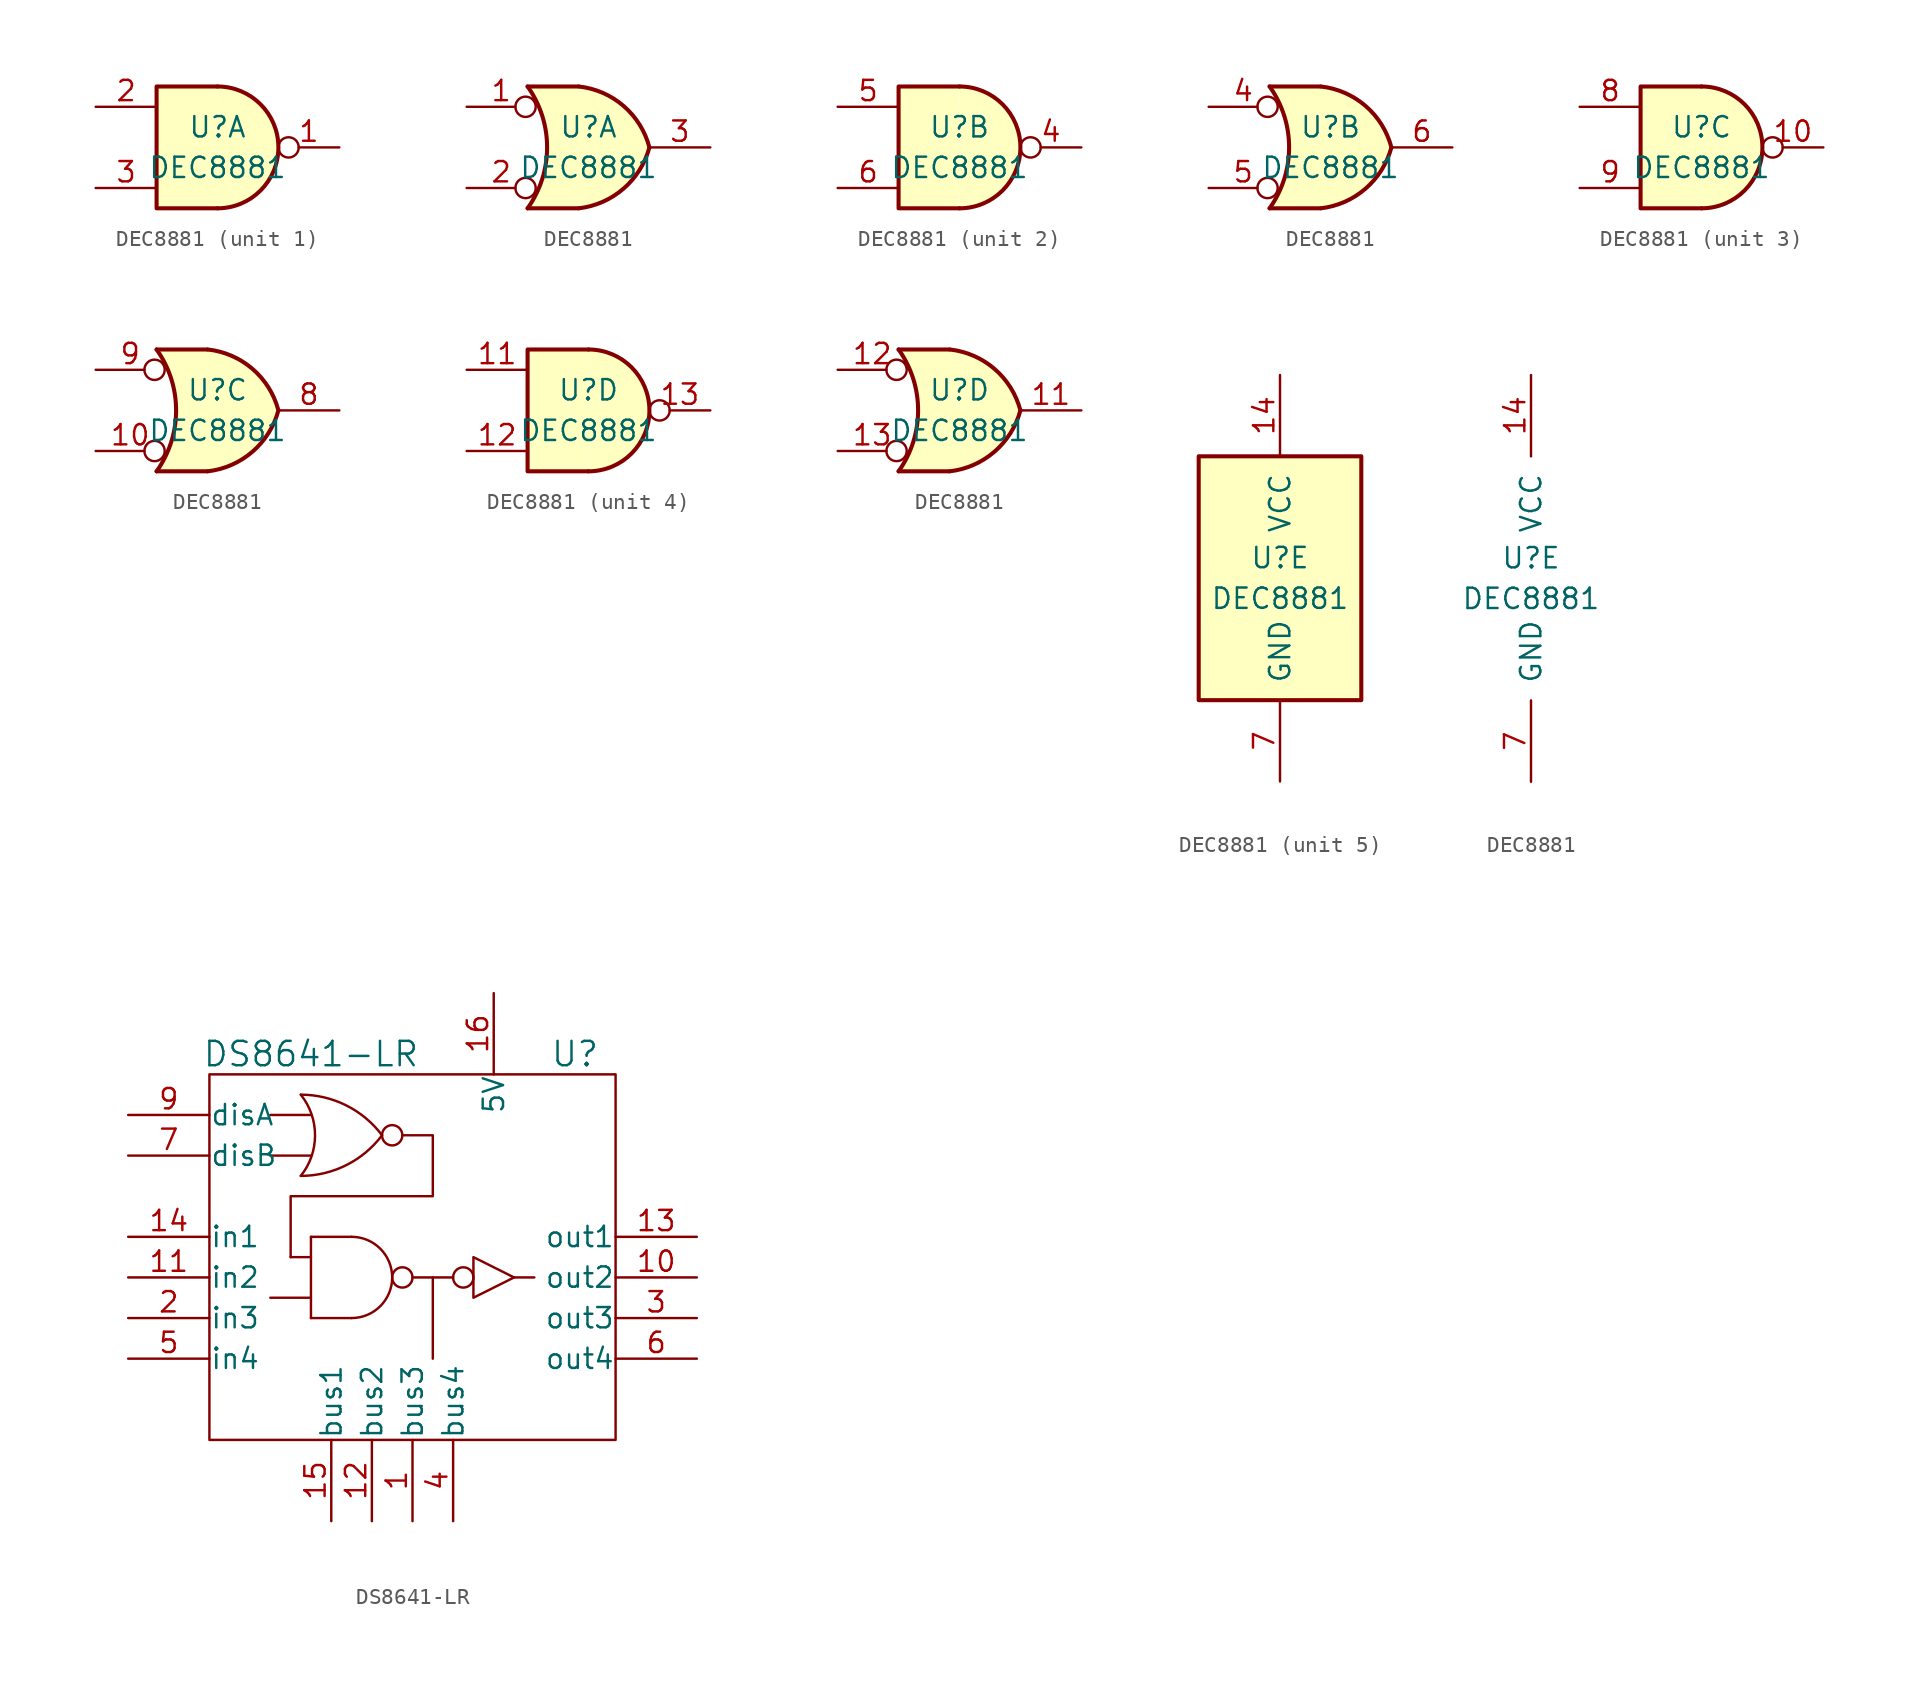
<source format=kicad_sym>
(kicad_symbol_lib
  (version 20220914)
  (generator kicad_symbol_editor)
  (symbol "DEC8881"
    (pin_names
      (offset 1.016))
    (property "Reference" "U"
      (at 0 1.27 0)
      (effects (font (size 1.27 1.27))))
    (property "Value" "DEC8881"
      (at 0 -1.27 0)
      (effects (font (size 1.27 1.27))))
    (property "ki_locked" ""
      (at 0 0 0)
      (effects (font (size 1.27 1.27))))
    (symbol "DEC8881_1_1"
      (arc (start 0 -3.81) (mid 3.7934 0) (end 0 3.81) (stroke (width 0.254) (type default)) (fill (type background)))
      (polyline (pts (xy 0 3.81) (xy -3.81 3.81) (xy -3.81 -3.81) (xy 0 -3.81)) (stroke (width 0.254) (type default)) (fill (type background)))
      (pin open_collector inverted (at 7.62 0 180) (length 3.81) (name "~" (effects (font (size 1.27 1.27)))) (number "1" (effects (font (size 1.27 1.27)))))
      (pin input line (at -7.62 2.54 0) (length 3.81) (name "~" (effects (font (size 1.27 1.27)))) (number "2" (effects (font (size 1.27 1.27)))))
      (pin input line (at -7.62 -2.54 0) (length 3.81) (name "~" (effects (font (size 1.27 1.27)))) (number "3" (effects (font (size 1.27 1.27))))))
    (symbol "DEC8881_1_2"
      (arc (start -3.81 -3.81) (mid -2.589 0) (end -3.81 3.81) (stroke (width 0.254) (type default)) (fill (type none)))
      (arc (start -0.6096 -3.81) (mid 2.1842 -2.5851) (end 3.81 0) (stroke (width 0.254) (type default)) (fill (type background)))
      (polyline (pts (xy -3.81 -3.81) (xy -0.635 -3.81)) (stroke (width 0.254) (type default)) (fill (type background)))
      (polyline (pts (xy -3.81 3.81) (xy -0.635 3.81)) (stroke (width 0.254) (type default)) (fill (type background)))
      (polyline (pts (xy -0.635 3.81) (xy -3.81 3.81) (xy -3.81 3.81) (xy -3.556 3.404) (xy -3.023 2.261) (xy -2.692 1.041) (xy -2.616 -0.254) (xy -2.769 -1.499) (xy -3.175 -2.718) (xy -3.81 -3.81) (xy -3.81 -3.81) (xy -0.635 -3.81)) (stroke (width -25.4) (type default)) (fill (type background)))
      (arc (start 3.81 0) (mid 2.1915 2.5936) (end -0.6096 3.81) (stroke (width 0.254) (type default)) (fill (type background)))
      (pin input inverted (at -7.62 2.54 0) (length 4.318) (name "~" (effects (font (size 1.27 1.27)))) (number "1" (effects (font (size 1.27 1.27)))))
      (pin input inverted (at -7.62 -2.54 0) (length 4.318) (name "~" (effects (font (size 1.27 1.27)))) (number "2" (effects (font (size 1.27 1.27)))))
      (pin output line (at 7.62 0 180) (length 3.81) (name "~" (effects (font (size 1.27 1.27)))) (number "3" (effects (font (size 1.27 1.27))))))
    (symbol "DEC8881_2_1"
      (arc (start 0 -3.81) (mid 3.7934 0) (end 0 3.81) (stroke (width 0.254) (type default)) (fill (type background)))
      (polyline (pts (xy 0 3.81) (xy -3.81 3.81) (xy -3.81 -3.81) (xy 0 -3.81)) (stroke (width 0.254) (type default)) (fill (type background)))
      (pin open_collector inverted (at 7.62 0 180) (length 3.81) (name "~" (effects (font (size 1.27 1.27)))) (number "4" (effects (font (size 1.27 1.27)))))
      (pin input line (at -7.62 2.54 0) (length 3.81) (name "~" (effects (font (size 1.27 1.27)))) (number "5" (effects (font (size 1.27 1.27)))))
      (pin input line (at -7.62 -2.54 0) (length 3.81) (name "~" (effects (font (size 1.27 1.27)))) (number "6" (effects (font (size 1.27 1.27))))))
    (symbol "DEC8881_2_2"
      (arc (start -3.81 -3.81) (mid -2.589 0) (end -3.81 3.81) (stroke (width 0.254) (type default)) (fill (type none)))
      (arc (start -0.6096 -3.81) (mid 2.1842 -2.5851) (end 3.81 0) (stroke (width 0.254) (type default)) (fill (type background)))
      (polyline (pts (xy -3.81 -3.81) (xy -0.635 -3.81)) (stroke (width 0.254) (type default)) (fill (type background)))
      (polyline (pts (xy -3.81 3.81) (xy -0.635 3.81)) (stroke (width 0.254) (type default)) (fill (type background)))
      (polyline (pts (xy -0.635 3.81) (xy -3.81 3.81) (xy -3.81 3.81) (xy -3.556 3.404) (xy -3.023 2.261) (xy -2.692 1.041) (xy -2.616 -0.254) (xy -2.769 -1.499) (xy -3.175 -2.718) (xy -3.81 -3.81) (xy -3.81 -3.81) (xy -0.635 -3.81)) (stroke (width -25.4) (type default)) (fill (type background)))
      (arc (start 3.81 0) (mid 2.1915 2.5936) (end -0.6096 3.81) (stroke (width 0.254) (type default)) (fill (type background)))
      (pin input inverted (at -7.62 2.54 0) (length 4.318) (name "~" (effects (font (size 1.27 1.27)))) (number "4" (effects (font (size 1.27 1.27)))))
      (pin input inverted (at -7.62 -2.54 0) (length 4.318) (name "~" (effects (font (size 1.27 1.27)))) (number "5" (effects (font (size 1.27 1.27)))))
      (pin output line (at 7.62 0 180) (length 3.81) (name "~" (effects (font (size 1.27 1.27)))) (number "6" (effects (font (size 1.27 1.27))))))
    (symbol "DEC8881_3_1"
      (arc (start 0 -3.81) (mid 3.7934 0) (end 0 3.81) (stroke (width 0.254) (type default)) (fill (type background)))
      (polyline (pts (xy 0 3.81) (xy -3.81 3.81) (xy -3.81 -3.81) (xy 0 -3.81)) (stroke (width 0.254) (type default)) (fill (type background)))
      (pin open_collector inverted (at 7.62 0 180) (length 3.81) (name "~" (effects (font (size 1.27 1.27)))) (number "10" (effects (font (size 1.27 1.27)))))
      (pin input line (at -7.62 2.54 0) (length 3.81) (name "~" (effects (font (size 1.27 1.27)))) (number "8" (effects (font (size 1.27 1.27)))))
      (pin input line (at -7.62 -2.54 0) (length 3.81) (name "~" (effects (font (size 1.27 1.27)))) (number "9" (effects (font (size 1.27 1.27))))))
    (symbol "DEC8881_3_2"
      (arc (start -3.81 -3.81) (mid -2.589 0) (end -3.81 3.81) (stroke (width 0.254) (type default)) (fill (type none)))
      (arc (start -0.6096 -3.81) (mid 2.1842 -2.5851) (end 3.81 0) (stroke (width 0.254) (type default)) (fill (type background)))
      (polyline (pts (xy -3.81 -3.81) (xy -0.635 -3.81)) (stroke (width 0.254) (type default)) (fill (type background)))
      (polyline (pts (xy -3.81 3.81) (xy -0.635 3.81)) (stroke (width 0.254) (type default)) (fill (type background)))
      (polyline (pts (xy -0.635 3.81) (xy -3.81 3.81) (xy -3.81 3.81) (xy -3.556 3.404) (xy -3.023 2.261) (xy -2.692 1.041) (xy -2.616 -0.254) (xy -2.769 -1.499) (xy -3.175 -2.718) (xy -3.81 -3.81) (xy -3.81 -3.81) (xy -0.635 -3.81)) (stroke (width -25.4) (type default)) (fill (type background)))
      (arc (start 3.81 0) (mid 2.1915 2.5936) (end -0.6096 3.81) (stroke (width 0.254) (type default)) (fill (type background)))
      (pin input inverted (at -7.62 -2.54 0) (length 4.318) (name "~" (effects (font (size 1.27 1.27)))) (number "10" (effects (font (size 1.27 1.27)))))
      (pin output line (at 7.62 0 180) (length 3.81) (name "~" (effects (font (size 1.27 1.27)))) (number "8" (effects (font (size 1.27 1.27)))))
      (pin input inverted (at -7.62 2.54 0) (length 4.318) (name "~" (effects (font (size 1.27 1.27)))) (number "9" (effects (font (size 1.27 1.27))))))
    (symbol "DEC8881_4_1"
      (arc (start 0 -3.81) (mid 3.7934 0) (end 0 3.81) (stroke (width 0.254) (type default)) (fill (type background)))
      (polyline (pts (xy 0 3.81) (xy -3.81 3.81) (xy -3.81 -3.81) (xy 0 -3.81)) (stroke (width 0.254) (type default)) (fill (type background)))
      (pin input line (at -7.62 2.54 0) (length 3.81) (name "~" (effects (font (size 1.27 1.27)))) (number "11" (effects (font (size 1.27 1.27)))))
      (pin input line (at -7.62 -2.54 0) (length 3.81) (name "~" (effects (font (size 1.27 1.27)))) (number "12" (effects (font (size 1.27 1.27)))))
      (pin open_collector inverted (at 7.62 0 180) (length 3.81) (name "~" (effects (font (size 1.27 1.27)))) (number "13" (effects (font (size 1.27 1.27))))))
    (symbol "DEC8881_4_2"
      (arc (start -3.81 -3.81) (mid -2.589 0) (end -3.81 3.81) (stroke (width 0.254) (type default)) (fill (type none)))
      (arc (start -0.6096 -3.81) (mid 2.1842 -2.5851) (end 3.81 0) (stroke (width 0.254) (type default)) (fill (type background)))
      (polyline (pts (xy -3.81 -3.81) (xy -0.635 -3.81)) (stroke (width 0.254) (type default)) (fill (type background)))
      (polyline (pts (xy -3.81 3.81) (xy -0.635 3.81)) (stroke (width 0.254) (type default)) (fill (type background)))
      (polyline (pts (xy -0.635 3.81) (xy -3.81 3.81) (xy -3.81 3.81) (xy -3.556 3.404) (xy -3.023 2.261) (xy -2.692 1.041) (xy -2.616 -0.254) (xy -2.769 -1.499) (xy -3.175 -2.718) (xy -3.81 -3.81) (xy -3.81 -3.81) (xy -0.635 -3.81)) (stroke (width -25.4) (type default)) (fill (type background)))
      (arc (start 3.81 0) (mid 2.1915 2.5936) (end -0.6096 3.81) (stroke (width 0.254) (type default)) (fill (type background)))
      (pin output line (at 7.62 0 180) (length 3.81) (name "~" (effects (font (size 1.27 1.27)))) (number "11" (effects (font (size 1.27 1.27)))))
      (pin input inverted (at -7.62 2.54 0) (length 4.318) (name "~" (effects (font (size 1.27 1.27)))) (number "12" (effects (font (size 1.27 1.27)))))
      (pin input inverted (at -7.62 -2.54 0) (length 4.318) (name "~" (effects (font (size 1.27 1.27)))) (number "13" (effects (font (size 1.27 1.27))))))
    (symbol "DEC8881_5_0"
      (pin power_in line (at 0 12.7 270) (length 5.08) (name "VCC" (effects (font (size 1.27 1.27)))) (number "14" (effects (font (size 1.27 1.27)))))
      (pin power_in line (at 0 -12.7 90) (length 5.08) (name "GND" (effects (font (size 1.27 1.27)))) (number "7" (effects (font (size 1.27 1.27))))))
    (symbol "DEC8881_5_1"
      (rectangle (start -5.08 7.62) (end 5.08 -7.62) (stroke (width 0.254) (type default)) (fill (type background)))))
  (symbol "DS8641-LR"
    (pin_names
      (offset 0.025))
    (property "Reference" "U"
      (at 10.16 19.05 0)
      (effects (font (size 1.524 1.524))))
    (property "Value" "DS8641-LR"
      (at -6.35 19.05 0)
      (effects (font (size 1.524 1.524))))
    (property "Footprint" ""
      (at -13.335 13.335 0)
      (effects (font (size 1.524 1.524))))
    (property "Datasheet" ""
      (at -13.335 13.335 0)
      (effects (font (size 1.524 1.524))))
    (symbol "DS8641-LR_0_1"
      (rectangle (start -12.7 17.78) (end 12.7 -5.08) (stroke (width 0) (type solid)) (fill (type none)))
      (arc (start -6.985 11.43) (mid -6.094 13.97) (end -6.985 16.51) (stroke (width 0) (type solid)) (fill (type none)))
      (arc (start -6.985 11.43) (mid -4.1452 12.1004) (end -1.905 13.97) (stroke (width 0) (type solid)) (fill (type none)))
      (arc (start -3.81 2.54) (mid -1.281 5.08) (end -3.81 7.62) (stroke (width 0) (type solid)) (fill (type none)))
      (arc (start -1.905 13.97) (mid -4.1452 15.8396) (end -6.985 16.51) (stroke (width 0) (type solid)) (fill (type none)))
      (circle (center -1.27 13.97) (radius 0.635) (stroke (width 0) (type solid)) (fill (type none)))
      (circle (center -0.635 5.08) (radius 0.635) (stroke (width 0) (type solid)) (fill (type none)))
      (polyline (pts (xy -8.89 3.81) (xy -6.35 3.81)) (stroke (width 0) (type solid)) (fill (type none)))
      (polyline (pts (xy -8.89 12.7) (xy -6.35 12.7)) (stroke (width 0) (type solid)) (fill (type none)))
      (polyline (pts (xy -8.89 15.24) (xy -6.35 15.24)) (stroke (width 0) (type solid)) (fill (type none)))
      (polyline (pts (xy -7.62 6.35) (xy -6.35 6.35)) (stroke (width 0) (type solid)) (fill (type none)))
      (polyline (pts (xy -6.35 2.54) (xy -3.81 2.54)) (stroke (width 0) (type solid)) (fill (type none)))
      (polyline (pts (xy -6.35 7.62) (xy -6.35 2.54)) (stroke (width 0) (type solid)) (fill (type none)))
      (polyline (pts (xy -6.35 7.62) (xy -3.81 7.62)) (stroke (width 0) (type solid)) (fill (type none)))
      (polyline (pts (xy 0 5.08) (xy 2.54 5.08)) (stroke (width 0) (type solid)) (fill (type none)))
      (polyline (pts (xy 1.27 5.08) (xy 1.27 0)) (stroke (width 0) (type solid)) (fill (type none)))
      (polyline (pts (xy 6.35 5.08) (xy 7.62 5.08)) (stroke (width 0) (type solid)) (fill (type none)))
      (polyline (pts (xy 3.81 6.35) (xy 3.81 3.81) (xy 6.35 5.08) (xy 3.81 6.35)) (stroke (width 0) (type solid)) (fill (type none)))
      (polyline (pts (xy -7.62 6.35) (xy -7.62 10.16) (xy 1.27 10.16) (xy 1.27 13.97) (xy -0.635 13.97)) (stroke (width 0) (type solid)) (fill (type none)))
      (circle (center 3.175 5.08) (radius 0.635) (stroke (width 0) (type solid)) (fill (type none)))
      (pin input line (at -17.78 12.7 0) (length 5.08) (name "disB" (effects (font (size 1.27 1.27)))) (number "7" (effects (font (size 1.27 1.27)))))
      (pin input line (at -17.78 15.24 0) (length 5.08) (name "disA" (effects (font (size 1.27 1.27)))) (number "9" (effects (font (size 1.27 1.27))))))
    (symbol "DS8641-LR_1_1"
      (pin bidirectional line (at 0 -10.16 90) (length 5.08) (name "bus3" (effects (font (size 1.27 1.27)))) (number "1" (effects (font (size 1.27 1.27)))))
      (pin output line (at 17.78 5.08 180) (length 5.08) (name "out2" (effects (font (size 1.27 1.27)))) (number "10" (effects (font (size 1.27 1.27)))))
      (pin input line (at -17.78 5.08 0) (length 5.08) (name "in2" (effects (font (size 1.27 1.27)))) (number "11" (effects (font (size 1.27 1.27)))))
      (pin bidirectional line (at -2.54 -10.16 90) (length 5.08) (name "bus2" (effects (font (size 1.27 1.27)))) (number "12" (effects (font (size 1.27 1.27)))))
      (pin output line (at 17.78 7.62 180) (length 5.08) (name "out1" (effects (font (size 1.27 1.27)))) (number "13" (effects (font (size 1.27 1.27)))))
      (pin input line (at -17.78 7.62 0) (length 5.08) (name "in1" (effects (font (size 1.27 1.27)))) (number "14" (effects (font (size 1.27 1.27)))))
      (pin bidirectional line (at -5.08 -10.16 90) (length 5.08) (name "bus1" (effects (font (size 1.27 1.27)))) (number "15" (effects (font (size 1.27 1.27)))))
      (pin power_in line (at 5.08 22.86 270) (length 5.08) (name "5V" (effects (font (size 1.27 1.27)))) (number "16" (effects (font (size 1.27 1.27)))))
      (pin input line (at -17.78 2.54 0) (length 5.08) (name "in3" (effects (font (size 1.27 1.27)))) (number "2" (effects (font (size 1.27 1.27)))))
      (pin output line (at 17.78 2.54 180) (length 5.08) (name "out3" (effects (font (size 1.27 1.27)))) (number "3" (effects (font (size 1.27 1.27)))))
      (pin bidirectional line (at 2.54 -10.16 90) (length 5.08) (name "bus4" (effects (font (size 1.27 1.27)))) (number "4" (effects (font (size 1.27 1.27)))))
      (pin input line (at -17.78 0 0) (length 5.08) (name "in4" (effects (font (size 1.27 1.27)))) (number "5" (effects (font (size 1.27 1.27)))))
      (pin output line (at 17.78 0 180) (length 5.08) (name "out4" (effects (font (size 1.27 1.27)))) (number "6" (effects (font (size 1.27 1.27)))))
      (pin power_in line (at 7.62 -5.08 90) (length 0) hide (name "GND" (effects (font (size 1.27 1.27)))) (number "8" (effects (font (size 1.27 1.27))))))))
</source>
